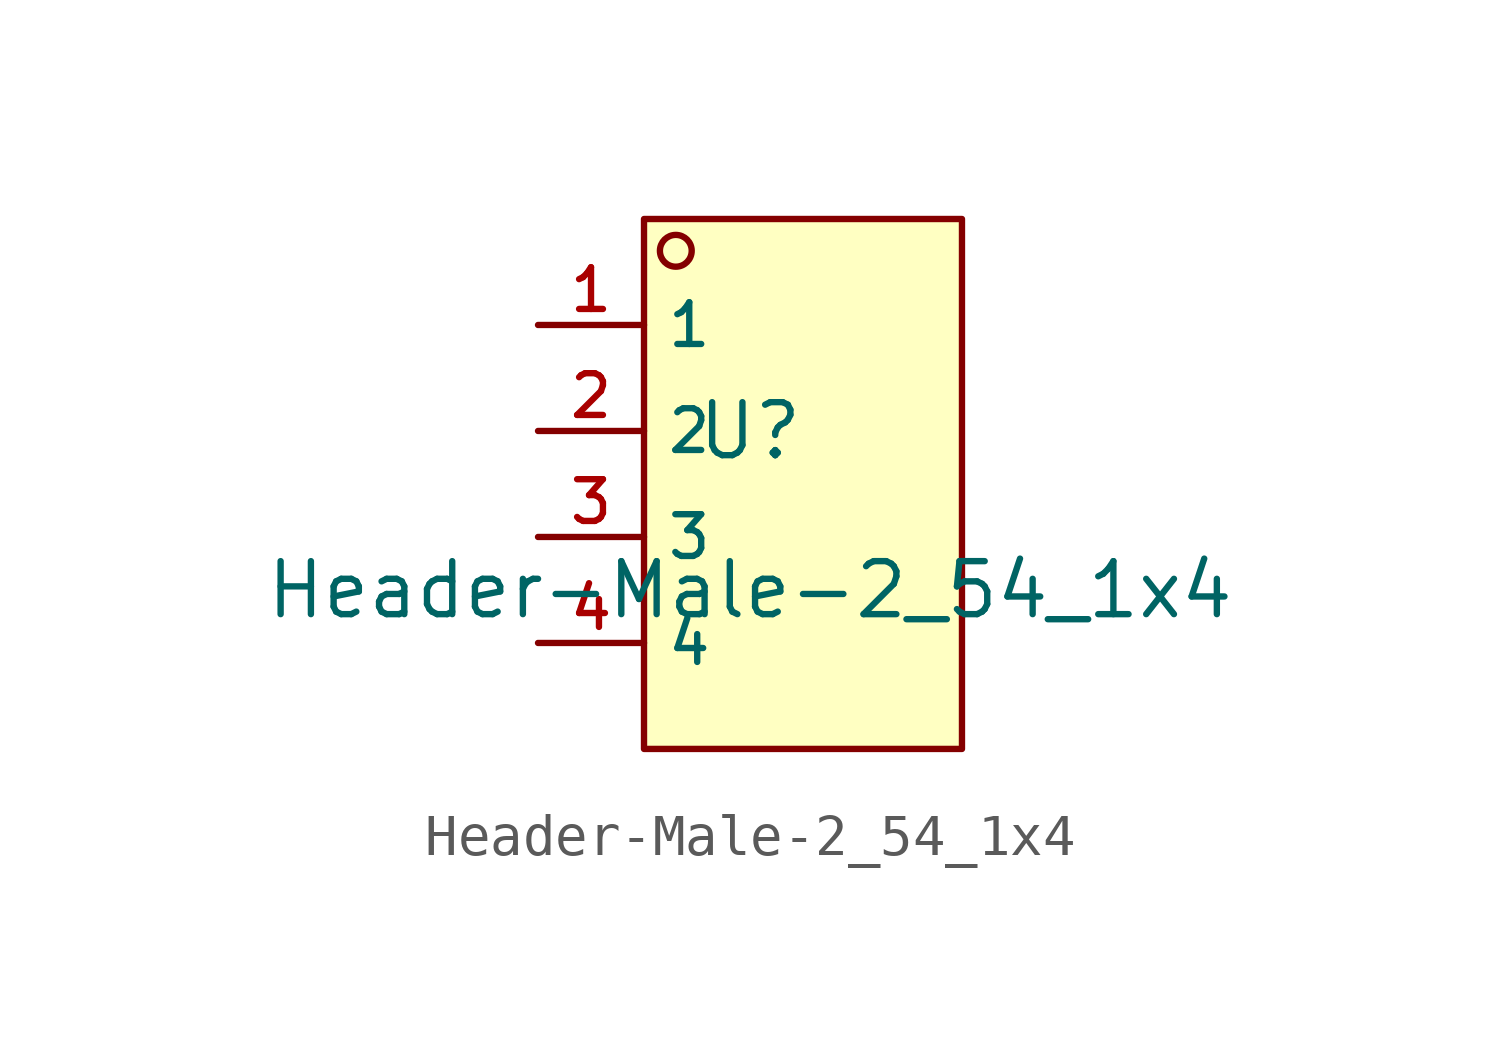
<source format=kicad_sym>
(kicad_symbol_lib
  (version 20210201)
  (generator TousstNicolas/JLC2KiCad_lib)
  (symbol "Header-Male-2_54_1x4"
    (property "Reference" "U"
      (at 0 1.27 0)
      (effects (font (size 1.27 1.27))))
    (property "Value" "Header-Male-2_54_1x4"
      (at 0 -2.54 0)
      (effects (font (size 1.27 1.27))))
    (symbol "Header-Male-2_54_1x4_0_1"
      (rectangle (start -2.54 6.35) (end 5.08 -6.35) (stroke (width 0) (type default) (color 0 0 0 0)) (fill (type background)))
      (circle (center -1.778 5.588) (radius 0.381) (stroke (width 0) (type default) (color 0 0 0 0)) (fill (type background)))
      (pin unspecified line (at -5.08 3.81 0) (length 2.54) (name "1" (effects (font (size 1 1)))) (number "1" (effects (font (size 1 1)))))
      (pin unspecified line (at -5.08 1.27 0) (length 2.54) (name "2" (effects (font (size 1 1)))) (number "2" (effects (font (size 1 1)))))
      (pin unspecified line (at -5.08 -1.27 0) (length 2.54) (name "3" (effects (font (size 1 1)))) (number "3" (effects (font (size 1 1)))))
      (pin unspecified line (at -5.08 -3.81 0) (length 2.54) (name "4" (effects (font (size 1 1)))) (number "4" (effects (font (size 1 1))))))))
</source>
